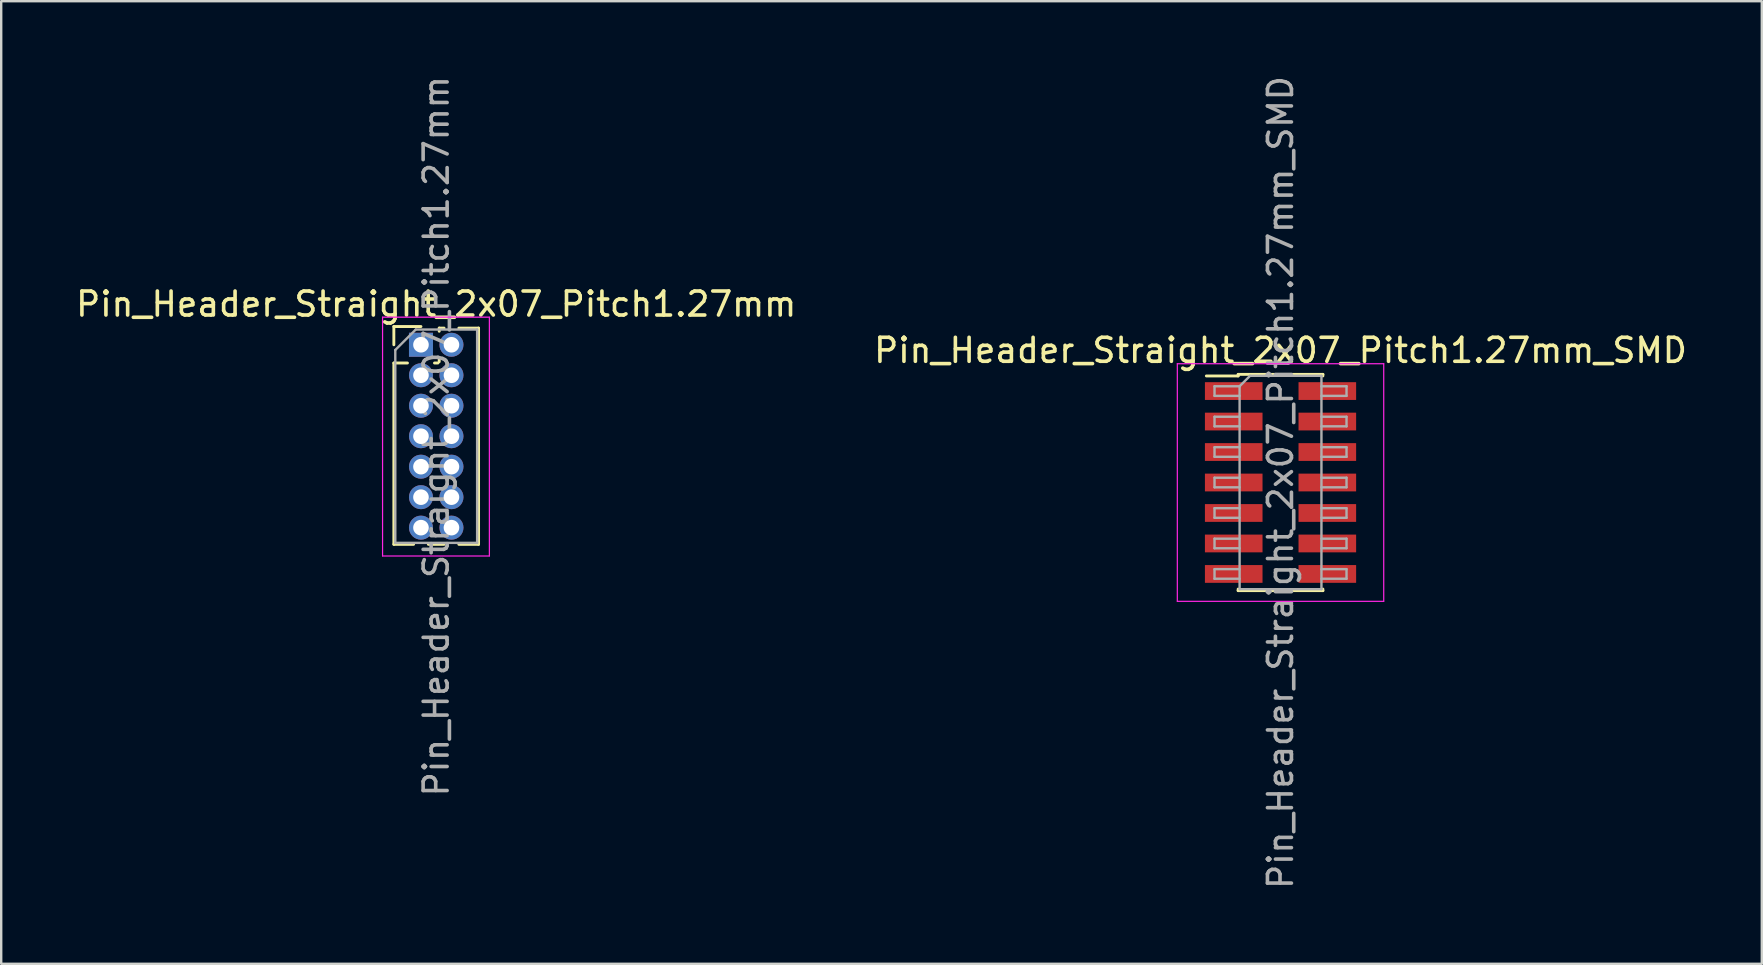
<source format=kicad_pcb>
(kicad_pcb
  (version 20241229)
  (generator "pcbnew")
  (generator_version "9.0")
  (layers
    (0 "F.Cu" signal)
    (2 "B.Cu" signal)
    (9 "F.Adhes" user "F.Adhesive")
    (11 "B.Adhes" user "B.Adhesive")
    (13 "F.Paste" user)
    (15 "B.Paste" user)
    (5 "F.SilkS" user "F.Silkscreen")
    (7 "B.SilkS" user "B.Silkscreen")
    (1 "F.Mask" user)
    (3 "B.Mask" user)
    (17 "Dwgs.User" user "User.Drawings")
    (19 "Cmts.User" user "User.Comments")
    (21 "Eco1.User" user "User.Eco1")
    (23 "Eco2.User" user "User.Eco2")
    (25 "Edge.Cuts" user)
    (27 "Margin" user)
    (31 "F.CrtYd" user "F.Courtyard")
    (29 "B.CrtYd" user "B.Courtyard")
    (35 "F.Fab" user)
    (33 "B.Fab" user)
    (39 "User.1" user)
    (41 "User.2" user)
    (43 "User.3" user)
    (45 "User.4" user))
  (footprint "Pin_Header_Straight_2x07_Pitch1.27mm"
    (layer "F.Cu")
    (at 14.49 11.315)
    (property "Reference" "Pin_Header_Straight_2x07_Pitch1.27mm" (at 0.635 -1.695 0) (layer "F.SilkS") (effects (font (size 1 1) (thickness 0.15))))
    (attr through_hole)
    (fp_line (start -1.13 -0.76) (end 0 -0.76) (stroke (width 0.12) (type solid)) (layer "F.SilkS"))
    (fp_line (start -1.13 0) (end -1.13 -0.76) (stroke (width 0.12) (type solid)) (layer "F.SilkS"))
    (fp_line (start -1.13 0.76) (end -1.13 8.315) (stroke (width 0.12) (type solid)) (layer "F.SilkS"))
    (fp_line (start -1.13 0.76) (end -0.563 0.76) (stroke (width 0.12) (type solid)) (layer "F.SilkS"))
    (fp_line (start -1.13 8.315) (end -0.308 8.315) (stroke (width 0.12) (type solid)) (layer "F.SilkS"))
    (fp_line (start 0.308 8.315) (end 0.962 8.315) (stroke (width 0.12) (type solid)) (layer "F.SilkS"))
    (fp_line (start 0.563 0.76) (end 0.707 0.76) (stroke (width 0.12) (type solid)) (layer "F.SilkS"))
    (fp_line (start 0.76 -0.695) (end 0.962 -0.695) (stroke (width 0.12) (type solid)) (layer "F.SilkS"))
    (fp_line (start 0.76 -0.563) (end 0.76 -0.695) (stroke (width 0.12) (type solid)) (layer "F.SilkS"))
    (fp_line (start 0.76 0.707) (end 0.76 0.563) (stroke (width 0.12) (type solid)) (layer "F.SilkS"))
    (fp_line (start 1.578 -0.695) (end 2.4 -0.695) (stroke (width 0.12) (type solid)) (layer "F.SilkS"))
    (fp_line (start 1.578 8.315) (end 2.4 8.315) (stroke (width 0.12) (type solid)) (layer "F.SilkS"))
    (fp_line (start 2.4 -0.695) (end 2.4 8.315) (stroke (width 0.12) (type solid)) (layer "F.SilkS"))
    (fp_line (start -1.6 -1.15) (end -1.6 8.8) (stroke (width 0.05) (type solid)) (layer "F.CrtYd"))
    (fp_line (start -1.6 8.8) (end 2.85 8.8) (stroke (width 0.05) (type solid)) (layer "F.CrtYd"))
    (fp_line (start 2.85 -1.15) (end -1.6 -1.15) (stroke (width 0.05) (type solid)) (layer "F.CrtYd"))
    (fp_line (start 2.85 8.8) (end 2.85 -1.15) (stroke (width 0.05) (type solid)) (layer "F.CrtYd"))
    (fp_line (start -1.07 0.217) (end -0.217 -0.635) (stroke (width 0.1) (type solid)) (layer "F.Fab"))
    (fp_line (start -1.07 8.255) (end -1.07 0.217) (stroke (width 0.1) (type solid)) (layer "F.Fab"))
    (fp_line (start -0.217 -0.635) (end 2.34 -0.635) (stroke (width 0.1) (type solid)) (layer "F.Fab"))
    (fp_line (start 2.34 -0.635) (end 2.34 8.255) (stroke (width 0.1) (type solid)) (layer "F.Fab"))
    (fp_line (start 2.34 8.255) (end -1.07 8.255) (stroke (width 0.1) (type solid)) (layer "F.Fab"))
    (fp_text user "${REFERENCE}" (at 0.635 3.81 90) (layer "F.Fab") (effects (font (size 1 1) (thickness 0.15))))
    (pad "1" thru_hole rect (at 0 0) (size 1 1) (drill 0.65) (layers "*.Cu" "*.Mask"))
    (pad "2" thru_hole oval (at 1.27 0) (size 1 1) (drill 0.65) (layers "*.Cu" "*.Mask"))
    (pad "3" thru_hole oval (at 0 1.27) (size 1 1) (drill 0.65) (layers "*.Cu" "*.Mask"))
    (pad "4" thru_hole oval (at 1.27 1.27) (size 1 1) (drill 0.65) (layers "*.Cu" "*.Mask"))
    (pad "5" thru_hole oval (at 0 2.54) (size 1 1) (drill 0.65) (layers "*.Cu" "*.Mask"))
    (pad "6" thru_hole oval (at 1.27 2.54) (size 1 1) (drill 0.65) (layers "*.Cu" "*.Mask"))
    (pad "7" thru_hole oval (at 0 3.81) (size 1 1) (drill 0.65) (layers "*.Cu" "*.Mask"))
    (pad "8" thru_hole oval (at 1.27 3.81) (size 1 1) (drill 0.65) (layers "*.Cu" "*.Mask"))
    (pad "9" thru_hole oval (at 0 5.08) (size 1 1) (drill 0.65) (layers "*.Cu" "*.Mask"))
    (pad "10" thru_hole oval (at 1.27 5.08) (size 1 1) (drill 0.65) (layers "*.Cu" "*.Mask"))
    (pad "11" thru_hole oval (at 0 6.35) (size 1 1) (drill 0.65) (layers "*.Cu" "*.Mask"))
    (pad "12" thru_hole oval (at 1.27 6.35) (size 1 1) (drill 0.65) (layers "*.Cu" "*.Mask"))
    (pad "13" thru_hole oval (at 0 7.62) (size 1 1) (drill 0.65) (layers "*.Cu" "*.Mask"))
    (pad "14" thru_hole oval (at 1.27 7.62) (size 1 1) (drill 0.65) (layers "*.Cu" "*.Mask")))
  (footprint "Pin_Header_Straight_2x07_Pitch1.27mm_SMD"
    (layer "F.Cu")
    (at 50.304 17.054)
    (property "Reference" "Pin_Header_Straight_2x07_Pitch1.27mm_SMD" (at 0 -5.505 0) (layer "F.SilkS") (effects (font (size 1 1) (thickness 0.15))))
    (attr smd)
    (fp_line (start -3.09 -4.44) (end -1.765 -4.44) (stroke (width 0.12) (type solid)) (layer "F.SilkS"))
    (fp_line (start -1.765 -4.505) (end -1.765 -4.44) (stroke (width 0.12) (type solid)) (layer "F.SilkS"))
    (fp_line (start -1.765 -4.505) (end 1.765 -4.505) (stroke (width 0.12) (type solid)) (layer "F.SilkS"))
    (fp_line (start -1.765 4.44) (end -1.765 4.505) (stroke (width 0.12) (type solid)) (layer "F.SilkS"))
    (fp_line (start -1.765 4.505) (end 1.765 4.505) (stroke (width 0.12) (type solid)) (layer "F.SilkS"))
    (fp_line (start 1.765 -4.505) (end 1.765 -4.44) (stroke (width 0.12) (type solid)) (layer "F.SilkS"))
    (fp_line (start 1.765 4.44) (end 1.765 4.505) (stroke (width 0.12) (type solid)) (layer "F.SilkS"))
    (fp_line (start -4.3 -4.95) (end -4.3 4.95) (stroke (width 0.05) (type solid)) (layer "F.CrtYd"))
    (fp_line (start -4.3 4.95) (end 4.3 4.95) (stroke (width 0.05) (type solid)) (layer "F.CrtYd"))
    (fp_line (start 4.3 -4.95) (end -4.3 -4.95) (stroke (width 0.05) (type solid)) (layer "F.CrtYd"))
    (fp_line (start 4.3 4.95) (end 4.3 -4.95) (stroke (width 0.05) (type solid)) (layer "F.CrtYd"))
    (fp_line (start -2.75 -4.01) (end -2.75 -3.61) (stroke (width 0.1) (type solid)) (layer "F.Fab"))
    (fp_line (start -2.75 -3.61) (end -1.705 -3.61) (stroke (width 0.1) (type solid)) (layer "F.Fab"))
    (fp_line (start -2.75 -2.74) (end -2.75 -2.34) (stroke (width 0.1) (type solid)) (layer "F.Fab"))
    (fp_line (start -2.75 -2.34) (end -1.705 -2.34) (stroke (width 0.1) (type solid)) (layer "F.Fab"))
    (fp_line (start -2.75 -1.47) (end -2.75 -1.07) (stroke (width 0.1) (type solid)) (layer "F.Fab"))
    (fp_line (start -2.75 -1.07) (end -1.705 -1.07) (stroke (width 0.1) (type solid)) (layer "F.Fab"))
    (fp_line (start -2.75 -0.2) (end -2.75 0.2) (stroke (width 0.1) (type solid)) (layer "F.Fab"))
    (fp_line (start -2.75 0.2) (end -1.705 0.2) (stroke (width 0.1) (type solid)) (layer "F.Fab"))
    (fp_line (start -2.75 1.07) (end -2.75 1.47) (stroke (width 0.1) (type solid)) (layer "F.Fab"))
    (fp_line (start -2.75 1.47) (end -1.705 1.47) (stroke (width 0.1) (type solid)) (layer "F.Fab"))
    (fp_line (start -2.75 2.34) (end -2.75 2.74) (stroke (width 0.1) (type solid)) (layer "F.Fab"))
    (fp_line (start -2.75 2.74) (end -1.705 2.74) (stroke (width 0.1) (type solid)) (layer "F.Fab"))
    (fp_line (start -2.75 3.61) (end -2.75 4.01) (stroke (width 0.1) (type solid)) (layer "F.Fab"))
    (fp_line (start -2.75 4.01) (end -1.705 4.01) (stroke (width 0.1) (type solid)) (layer "F.Fab"))
    (fp_line (start -1.705 -4.01) (end -2.75 -4.01) (stroke (width 0.1) (type solid)) (layer "F.Fab"))
    (fp_line (start -1.705 -4.01) (end -1.27 -4.445) (stroke (width 0.1) (type solid)) (layer "F.Fab"))
    (fp_line (start -1.705 -2.74) (end -2.75 -2.74) (stroke (width 0.1) (type solid)) (layer "F.Fab"))
    (fp_line (start -1.705 -1.47) (end -2.75 -1.47) (stroke (width 0.1) (type solid)) (layer "F.Fab"))
    (fp_line (start -1.705 -0.2) (end -2.75 -0.2) (stroke (width 0.1) (type solid)) (layer "F.Fab"))
    (fp_line (start -1.705 1.07) (end -2.75 1.07) (stroke (width 0.1) (type solid)) (layer "F.Fab"))
    (fp_line (start -1.705 2.34) (end -2.75 2.34) (stroke (width 0.1) (type solid)) (layer "F.Fab"))
    (fp_line (start -1.705 3.61) (end -2.75 3.61) (stroke (width 0.1) (type solid)) (layer "F.Fab"))
    (fp_line (start -1.705 4.445) (end -1.705 -4.01) (stroke (width 0.1) (type solid)) (layer "F.Fab"))
    (fp_line (start -1.27 -4.445) (end 1.705 -4.445) (stroke (width 0.1) (type solid)) (layer "F.Fab"))
    (fp_line (start 1.705 -4.445) (end 1.705 4.445) (stroke (width 0.1) (type solid)) (layer "F.Fab"))
    (fp_line (start 1.705 -4.01) (end 2.75 -4.01) (stroke (width 0.1) (type solid)) (layer "F.Fab"))
    (fp_line (start 1.705 -2.74) (end 2.75 -2.74) (stroke (width 0.1) (type solid)) (layer "F.Fab"))
    (fp_line (start 1.705 -1.47) (end 2.75 -1.47) (stroke (width 0.1) (type solid)) (layer "F.Fab"))
    (fp_line (start 1.705 -0.2) (end 2.75 -0.2) (stroke (width 0.1) (type solid)) (layer "F.Fab"))
    (fp_line (start 1.705 1.07) (end 2.75 1.07) (stroke (width 0.1) (type solid)) (layer "F.Fab"))
    (fp_line (start 1.705 2.34) (end 2.75 2.34) (stroke (width 0.1) (type solid)) (layer "F.Fab"))
    (fp_line (start 1.705 3.61) (end 2.75 3.61) (stroke (width 0.1) (type solid)) (layer "F.Fab"))
    (fp_line (start 1.705 4.445) (end -1.705 4.445) (stroke (width 0.1) (type solid)) (layer "F.Fab"))
    (fp_line (start 2.75 -4.01) (end 2.75 -3.61) (stroke (width 0.1) (type solid)) (layer "F.Fab"))
    (fp_line (start 2.75 -3.61) (end 1.705 -3.61) (stroke (width 0.1) (type solid)) (layer "F.Fab"))
    (fp_line (start 2.75 -2.74) (end 2.75 -2.34) (stroke (width 0.1) (type solid)) (layer "F.Fab"))
    (fp_line (start 2.75 -2.34) (end 1.705 -2.34) (stroke (width 0.1) (type solid)) (layer "F.Fab"))
    (fp_line (start 2.75 -1.47) (end 2.75 -1.07) (stroke (width 0.1) (type solid)) (layer "F.Fab"))
    (fp_line (start 2.75 -1.07) (end 1.705 -1.07) (stroke (width 0.1) (type solid)) (layer "F.Fab"))
    (fp_line (start 2.75 -0.2) (end 2.75 0.2) (stroke (width 0.1) (type solid)) (layer "F.Fab"))
    (fp_line (start 2.75 0.2) (end 1.705 0.2) (stroke (width 0.1) (type solid)) (layer "F.Fab"))
    (fp_line (start 2.75 1.07) (end 2.75 1.47) (stroke (width 0.1) (type solid)) (layer "F.Fab"))
    (fp_line (start 2.75 1.47) (end 1.705 1.47) (stroke (width 0.1) (type solid)) (layer "F.Fab"))
    (fp_line (start 2.75 2.34) (end 2.75 2.74) (stroke (width 0.1) (type solid)) (layer "F.Fab"))
    (fp_line (start 2.75 2.74) (end 1.705 2.74) (stroke (width 0.1) (type solid)) (layer "F.Fab"))
    (fp_line (start 2.75 3.61) (end 2.75 4.01) (stroke (width 0.1) (type solid)) (layer "F.Fab"))
    (fp_line (start 2.75 4.01) (end 1.705 4.01) (stroke (width 0.1) (type solid)) (layer "F.Fab"))
    (fp_text user "${REFERENCE}" (at 0 0 90) (layer "F.Fab") (effects (font (size 1 1) (thickness 0.15))))
    (pad "1" smd rect (at -1.95 -3.81) (size 2.4 0.74) (layers "F.Cu" "F.Mask" "F.Paste"))
    (pad "2" smd rect (at 1.95 -3.81) (size 2.4 0.74) (layers "F.Cu" "F.Mask" "F.Paste"))
    (pad "3" smd rect (at -1.95 -2.54) (size 2.4 0.74) (layers "F.Cu" "F.Mask" "F.Paste"))
    (pad "4" smd rect (at 1.95 -2.54) (size 2.4 0.74) (layers "F.Cu" "F.Mask" "F.Paste"))
    (pad "5" smd rect (at -1.95 -1.27) (size 2.4 0.74) (layers "F.Cu" "F.Mask" "F.Paste"))
    (pad "6" smd rect (at 1.95 -1.27) (size 2.4 0.74) (layers "F.Cu" "F.Mask" "F.Paste"))
    (pad "7" smd rect (at -1.95 0) (size 2.4 0.74) (layers "F.Cu" "F.Mask" "F.Paste"))
    (pad "8" smd rect (at 1.95 0) (size 2.4 0.74) (layers "F.Cu" "F.Mask" "F.Paste"))
    (pad "9" smd rect (at -1.95 1.27) (size 2.4 0.74) (layers "F.Cu" "F.Mask" "F.Paste"))
    (pad "10" smd rect (at 1.95 1.27) (size 2.4 0.74) (layers "F.Cu" "F.Mask" "F.Paste"))
    (pad "11" smd rect (at -1.95 2.54) (size 2.4 0.74) (layers "F.Cu" "F.Mask" "F.Paste"))
    (pad "12" smd rect (at 1.95 2.54) (size 2.4 0.74) (layers "F.Cu" "F.Mask" "F.Paste"))
    (pad "13" smd rect (at -1.95 3.81) (size 2.4 0.74) (layers "F.Cu" "F.Mask" "F.Paste"))
    (pad "14" smd rect (at 1.95 3.81) (size 2.4 0.74) (layers "F.Cu" "F.Mask" "F.Paste")))
  (gr_rect
    (start -3 -3)
    (end 70.357 37.107)
    (stroke (width 0.1) (type default))
    (fill no)
    (layer "Edge.Cuts")))
</source>
